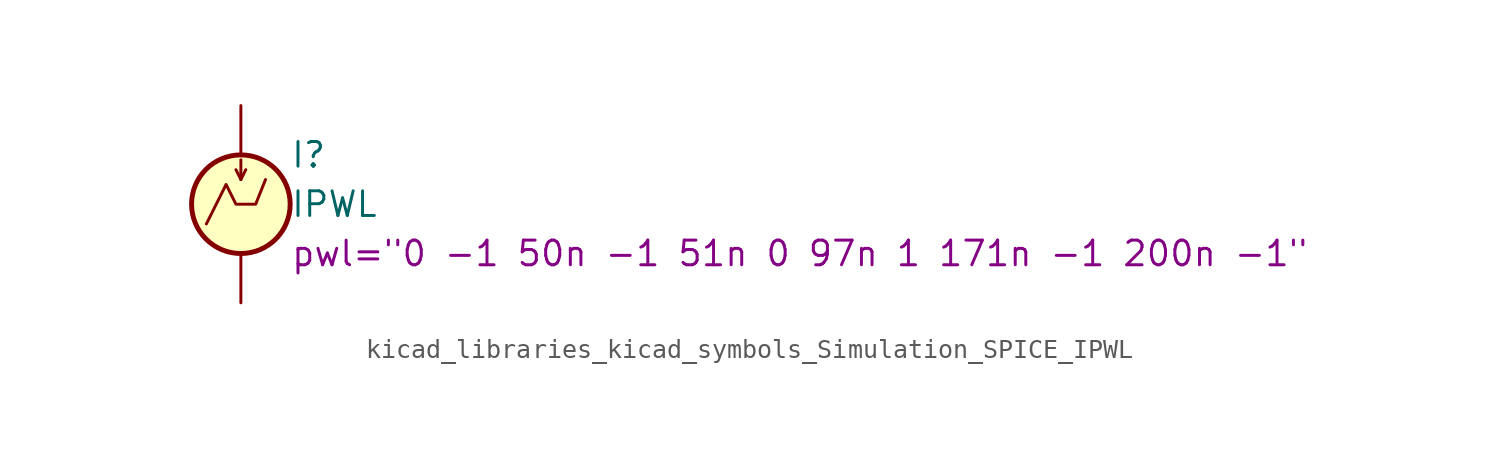
<source format=kicad_sym>
(kicad_symbol_lib
  (version 20220914)
  (generator kicad_symbol_editor)
  (symbol "kicad_libraries_kicad_symbols_Simulation_SPICE_IPWL"
    (pin_numbers hide)
    (pin_names
      (offset 0.025))
    (property "Reference" "I"
      (at 2.54 2.54 0)
      (effects (font (size 1.27 1.27)) (justify left)))
    (property "Value" "IPWL"
      (at 2.54 0 0)
      (effects (font (size 1.27 1.27)) (justify left)))
    (property "Sim.Params" "pwl=\"0 -1 50n -1 51n 0 97n 1 171n -1 200n -1\""
      (at 2.54 -2.54 0)
      (effects (font (size 1.27 1.27)) (justify left)))
    (symbol "kicad_libraries_kicad_symbols_Simulation_SPICE_IPWL_0_0"
      (polyline (pts (xy -1.778 -1.016) (xy -0.762 1.016) (xy -0.254 0) (xy 0.762 0) (xy 1.27 1.27)) (stroke (width 0) (type default)) (fill (type none))))
    (symbol "kicad_libraries_kicad_symbols_Simulation_SPICE_IPWL_0_1"
      (polyline (pts (xy 0 1.27) (xy 0 2.286)) (stroke (width 0) (type default)) (fill (type none)))
      (polyline (pts (xy -0.254 1.778) (xy 0 1.27) (xy 0.254 1.778)) (stroke (width 0) (type default)) (fill (type none)))
      (circle (center 0 0) (radius 2.54) (stroke (width 0.254) (type default)) (fill (type background))))
    (symbol "kicad_libraries_kicad_symbols_Simulation_SPICE_IPWL_1_1"
      (pin passive line (at 0 5.08 270) (length 2.54) (name "~" (effects (font (size 1.27 1.27)))) (number "1" (effects (font (size 1.27 1.27)))))
      (pin passive line (at 0 -5.08 90) (length 2.54) (name "~" (effects (font (size 1.27 1.27)))) (number "2" (effects (font (size 1.27 1.27))))))))
</source>
